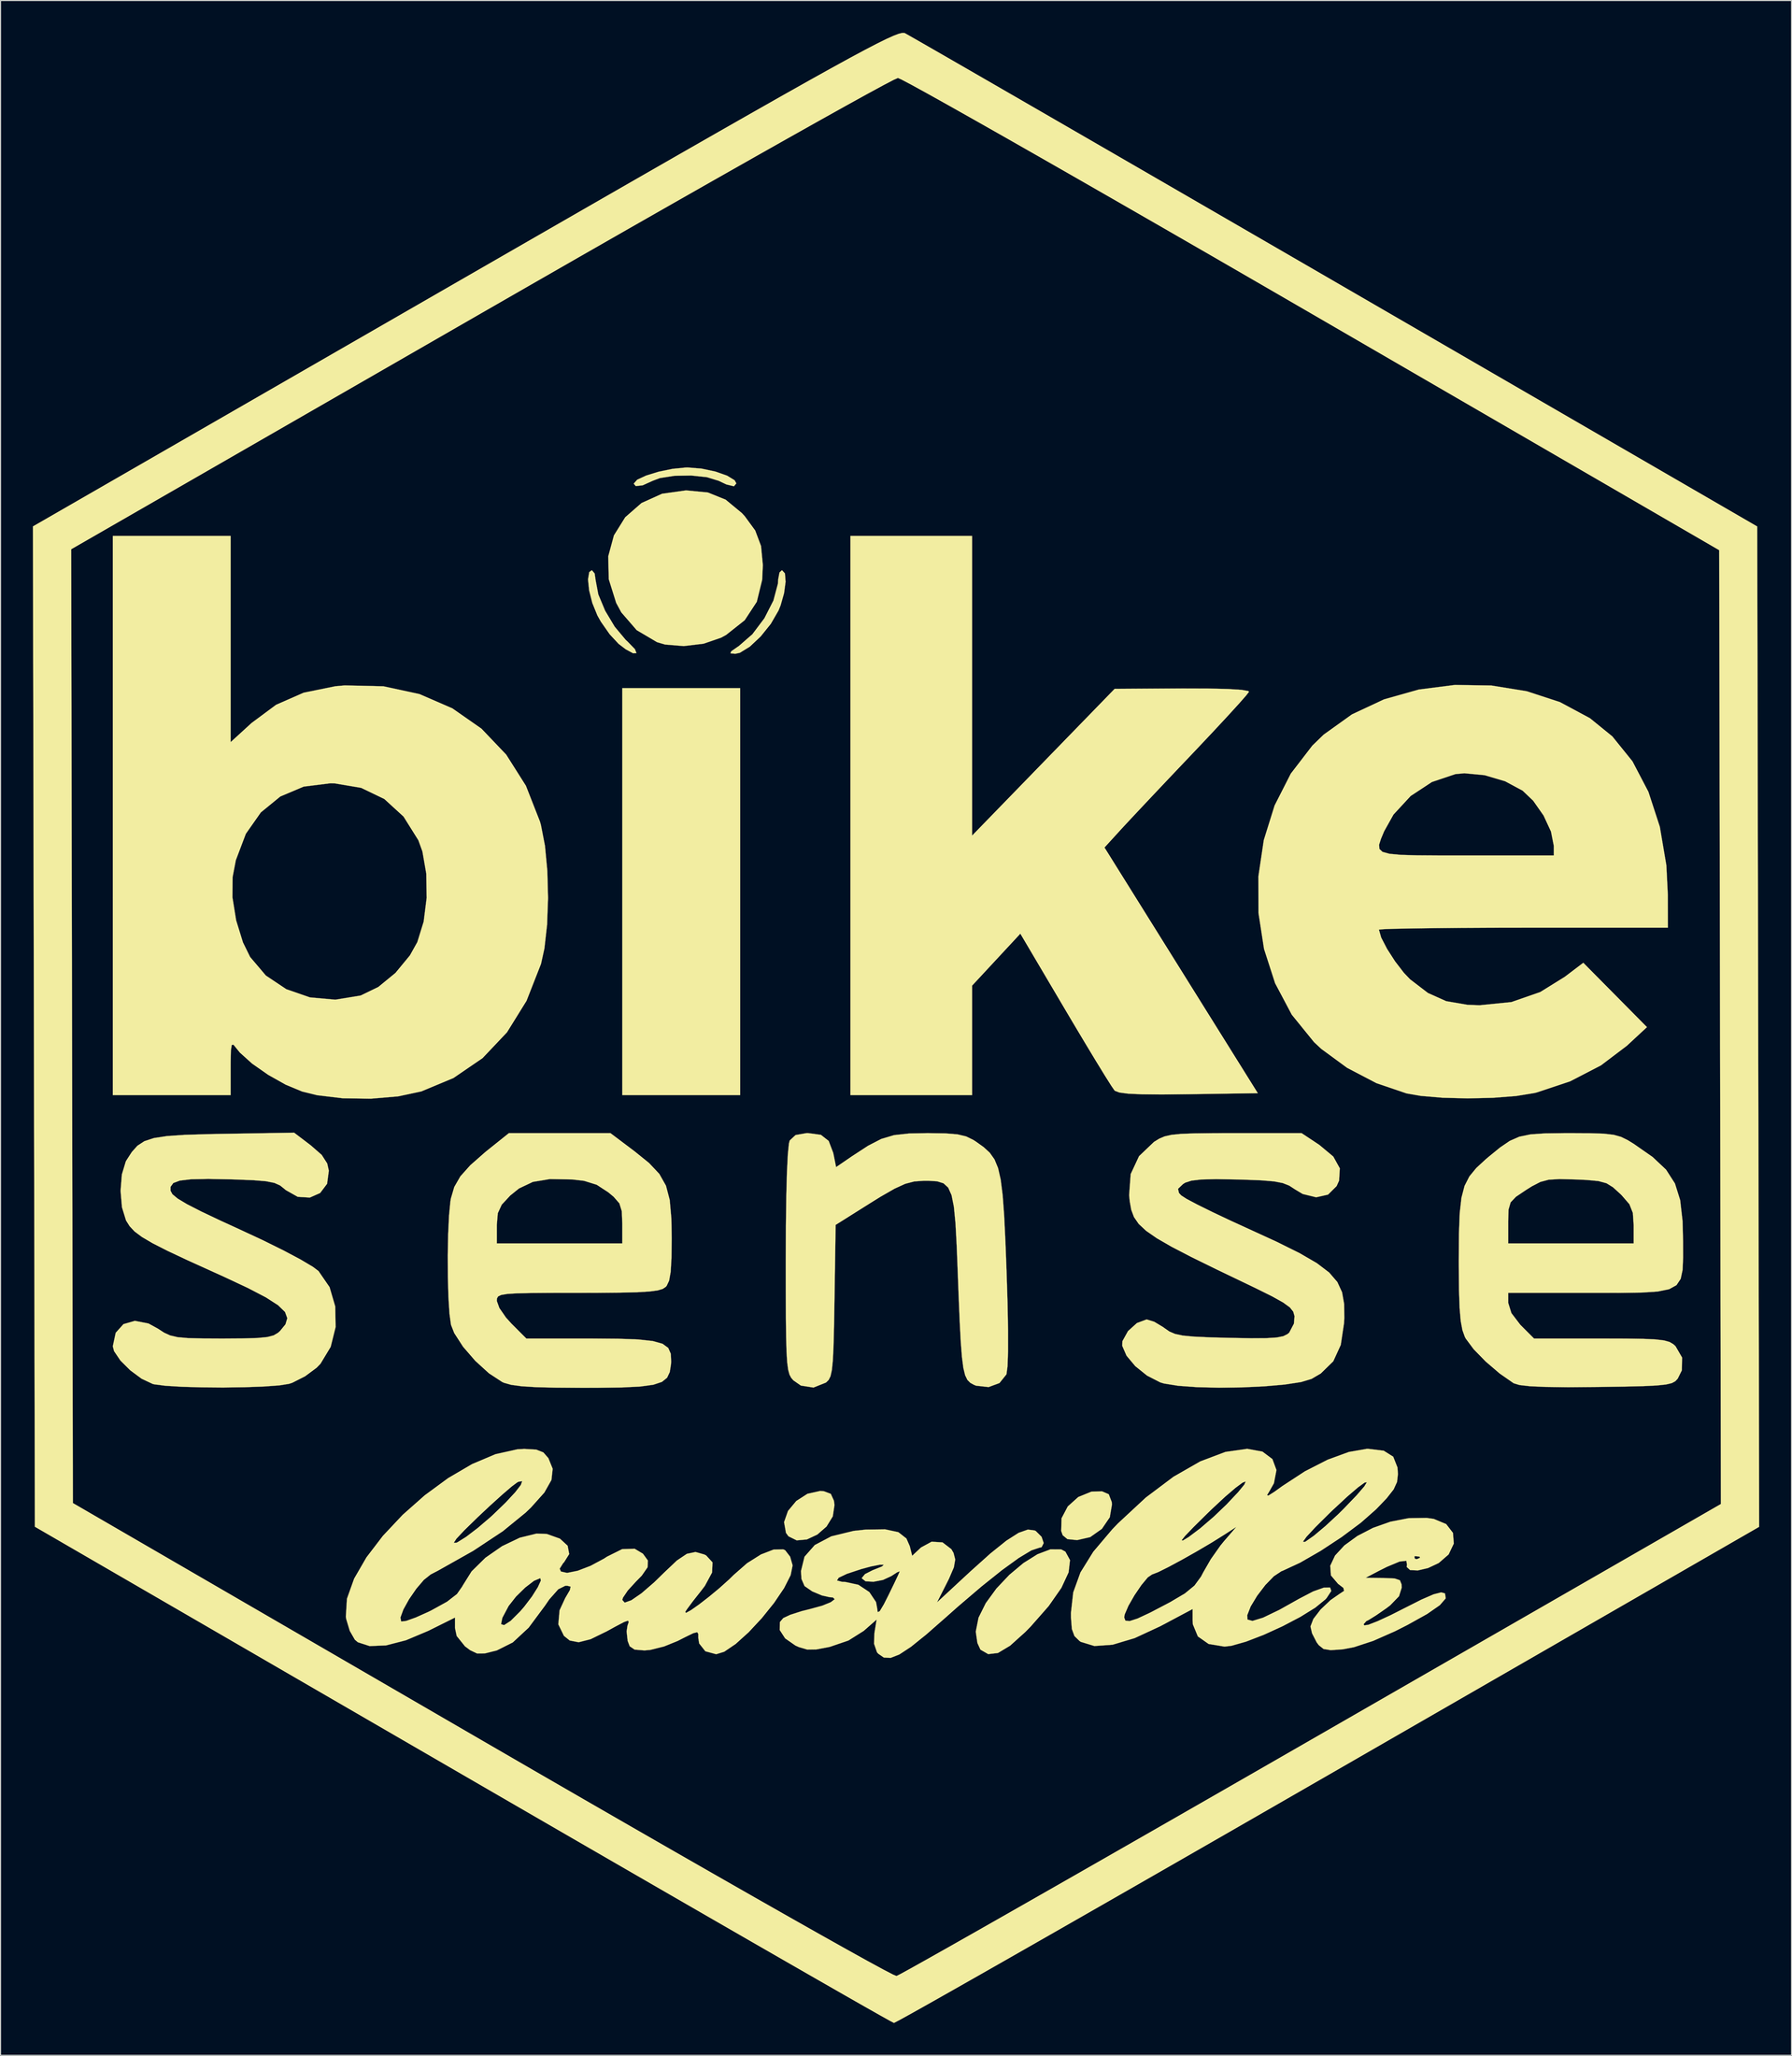
<source format=kicad_pcb>
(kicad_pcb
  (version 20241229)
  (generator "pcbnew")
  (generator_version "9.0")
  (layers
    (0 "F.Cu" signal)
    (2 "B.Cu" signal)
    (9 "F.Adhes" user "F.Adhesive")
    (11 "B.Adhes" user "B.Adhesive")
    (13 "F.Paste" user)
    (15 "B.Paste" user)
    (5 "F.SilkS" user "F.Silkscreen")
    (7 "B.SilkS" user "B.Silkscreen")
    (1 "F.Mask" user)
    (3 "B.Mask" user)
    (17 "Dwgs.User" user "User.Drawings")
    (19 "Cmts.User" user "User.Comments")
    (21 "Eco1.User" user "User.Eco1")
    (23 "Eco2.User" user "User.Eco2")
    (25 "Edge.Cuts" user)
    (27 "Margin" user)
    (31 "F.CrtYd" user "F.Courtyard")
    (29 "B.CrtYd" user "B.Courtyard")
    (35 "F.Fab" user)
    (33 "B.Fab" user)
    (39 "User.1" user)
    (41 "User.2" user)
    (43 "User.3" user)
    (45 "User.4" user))
  (footprint "Ned"
    (layer "F.Cu")
    (at 80.088 92.166)
    (property "Reference" "Ned" (at 0 0 0) (layer "F.SilkS") (effects (font (size 1.524 1.524) (thickness 0.3))))
    (attr through_hole)
    (fp_poly (pts (xy -14.464 6.35) (xy -25.4 6.35) (xy -25.4 -31.397) (xy -14.464 -31.397) (xy -14.464 6.35)) (stroke (width 0.01) (type solid)) (fill yes) (layer "F.SilkS"))
    (fp_poly (pts (xy 19.737 43.372) (xy 20.012 44.087) (xy 20.038 44.305) (xy 19.833 45.506) (xy 19.1 46.58) (xy 18.014 47.346) (xy 16.799 47.625) (xy 15.904 47.535) (xy 15.465 47.175) (xy 15.324 46.781) (xy 15.356 45.601) (xy 15.936 44.499) (xy 16.909 43.626) (xy 18.124 43.131) (xy 19.105 43.098) (xy 19.737 43.372)) (stroke (width 0.01) (type solid)) (fill yes) (layer "F.SilkS"))
    (fp_poly (pts (xy -6.698 43.092) (xy -6.053 43.335) (xy -5.764 43.966) (xy -5.71 44.366) (xy -5.868 45.422) (xy -6.449 46.365) (xy -7.302 47.108) (xy -8.276 47.565) (xy -9.219 47.649) (xy -9.982 47.272) (xy -10.212 46.954) (xy -10.39 45.959) (xy -10.026 44.922) (xy -9.256 43.995) (xy -8.217 43.327) (xy -7.046 43.068) (xy -6.698 43.092)) (stroke (width 0.01) (type solid)) (fill yes) (layer "F.SilkS"))
    (fp_poly (pts (xy -27.965 -42.029) (xy -27.866 -41.363) (xy -27.624 -40.083) (xy -26.992 -38.574) (xy -26.101 -37.087) (xy -25.081 -35.869) (xy -24.914 -35.716) (xy -24.226 -35.008) (xy -24.082 -34.637) (xy -24.397 -34.626) (xy -25.083 -34.997) (xy -25.743 -35.5) (xy -26.563 -36.381) (xy -27.386 -37.557) (xy -27.71 -38.134) (xy -28.179 -39.286) (xy -28.476 -40.461) (xy -28.579 -41.478) (xy -28.466 -42.156) (xy -28.222 -42.333) (xy -27.965 -42.029)) (stroke (width 0.01) (type solid)) (fill yes) (layer "F.SilkS"))
    (fp_poly (pts (xy -10.308 -42.032) (xy -10.248 -41.259) (xy -10.388 -40.205) (xy -10.711 -39.065) (xy -10.903 -38.593) (xy -11.621 -37.354) (xy -12.562 -36.184) (xy -13.57 -35.238) (xy -14.49 -34.672) (xy -14.917 -34.578) (xy -15.361 -34.622) (xy -15.293 -34.81) (xy -14.666 -35.246) (xy -14.595 -35.291) (xy -13.332 -36.389) (xy -12.213 -37.876) (xy -11.376 -39.519) (xy -10.959 -41.084) (xy -10.936 -41.474) (xy -10.812 -42.126) (xy -10.583 -42.333) (xy -10.308 -42.032)) (stroke (width 0.01) (type solid)) (fill yes) (layer "F.SilkS"))
    (fp_poly (pts (xy -18.035 -51.753) (xy -16.756 -51.48) (xy -15.673 -51.099) (xy -14.975 -50.672) (xy -14.817 -50.382) (xy -15.04 -50.114) (xy -15.74 -50.284) (xy -16.452 -50.621) (xy -17.55 -50.958) (xy -19.015 -51.113) (xy -20.563 -51.086) (xy -21.91 -50.876) (xy -22.578 -50.624) (xy -23.508 -50.204) (xy -24.147 -50.131) (xy -24.34 -50.359) (xy -24.02 -50.722) (xy -23.186 -51.11) (xy -22.029 -51.466) (xy -20.737 -51.733) (xy -19.497 -51.856) (xy -19.323 -51.858) (xy -18.035 -51.753)) (stroke (width 0.01) (type solid)) (fill yes) (layer "F.SilkS"))
    (fp_poly (pts (xy 15.32 48.485) (xy 15.713 48.695) (xy 16.142 49.481) (xy 16.011 50.615) (xy 15.344 52.051) (xy 14.164 53.74) (xy 12.496 55.637) (xy 11.995 56.148) (xy 10.585 57.416) (xy 9.458 58.092) (xy 8.553 58.2) (xy 7.832 57.785) (xy 7.55 57.169) (xy 7.411 56.213) (xy 7.408 56.06) (xy 7.655 54.817) (xy 8.325 53.471) (xy 9.313 52.116) (xy 10.513 50.846) (xy 11.819 49.754) (xy 13.126 48.934) (xy 14.328 48.48) (xy 15.32 48.485)) (stroke (width 0.01) (type solid)) (fill yes) (layer "F.SilkS"))
    (fp_poly (pts (xy -17.458 -49.54) (xy -15.811 -48.875) (xy -14.315 -47.639) (xy -14.043 -47.347) (xy -13.069 -46.017) (xy -12.525 -44.57) (xy -12.358 -42.807) (xy -12.422 -41.432) (xy -12.921 -39.401) (xy -14.042 -37.691) (xy -15.768 -36.327) (xy -16.235 -36.072) (xy -17.857 -35.514) (xy -19.695 -35.294) (xy -21.43 -35.436) (xy -22.174 -35.655) (xy -24.063 -36.771) (xy -25.491 -38.421) (xy -25.967 -39.3) (xy -26.654 -41.496) (xy -26.703 -43.615) (xy -26.174 -45.563) (xy -25.125 -47.244) (xy -23.615 -48.562) (xy -21.704 -49.424) (xy -19.48 -49.734) (xy -17.458 -49.54)) (stroke (width 0.01) (type solid)) (fill yes) (layer "F.SilkS"))
    (fp_poly (pts (xy 7.056 -17.716) (xy 13.67 -24.523) (xy 20.285 -31.33) (xy 26.576 -31.364) (xy 28.951 -31.358) (xy 30.795 -31.314) (xy 32.056 -31.235) (xy 32.686 -31.122) (xy 32.75 -31.054) (xy 32.481 -30.706) (xy 31.797 -29.93) (xy 30.772 -28.806) (xy 29.478 -27.414) (xy 27.991 -25.836) (xy 27.502 -25.321) (xy 25.857 -23.59) (xy 24.277 -21.921) (xy 22.862 -20.42) (xy 21.715 -19.197) (xy 20.937 -18.36) (xy 20.857 -18.272) (xy 19.342 -16.612) (xy 33.567 6.174) (xy 27.123 6.27) (xy 24.661 6.294) (xy 22.827 6.278) (xy 21.542 6.22) (xy 20.73 6.114) (xy 20.312 5.958) (xy 20.267 5.917) (xy 19.976 5.495) (xy 19.383 4.555) (xy 18.547 3.192) (xy 17.522 1.495) (xy 16.366 -0.442) (xy 15.694 -1.576) (xy 11.533 -8.62) (xy 7.056 -3.8) (xy 7.056 6.35) (xy -4.233 6.35) (xy -4.233 -45.508) (xy 7.056 -45.508) (xy 7.056 -17.716)) (stroke (width 0.01) (type solid)) (fill yes) (layer "F.SilkS"))
    (fp_poly (pts (xy -61.736 -26.388) (xy -59.795 -28.162) (xy -57.519 -29.85) (xy -54.962 -30.971) (xy -52.015 -31.57) (xy -51.153 -31.647) (xy -47.567 -31.566) (xy -44.219 -30.843) (xy -41.167 -29.519) (xy -38.466 -27.635) (xy -36.172 -25.229) (xy -34.344 -22.343) (xy -33.037 -19.017) (xy -32.947 -18.697) (xy -32.573 -16.769) (xy -32.354 -14.434) (xy -32.289 -11.918) (xy -32.378 -9.451) (xy -32.623 -7.258) (xy -32.939 -5.821) (xy -34.287 -2.388) (xy -36.1 0.532) (xy -38.365 2.923) (xy -41.066 4.768) (xy -44.046 6.01) (xy -46.208 6.471) (xy -48.723 6.684) (xy -51.316 6.648) (xy -53.712 6.363) (xy -55.102 6.022) (xy -56.633 5.385) (xy -58.253 4.474) (xy -59.743 3.433) (xy -60.881 2.409) (xy -61.209 2.007) (xy -61.479 1.674) (xy -61.637 1.706) (xy -61.713 2.204) (xy -61.735 3.27) (xy -61.736 3.802) (xy -61.736 6.35) (xy -72.672 6.35) (xy -72.672 -11.985) (xy -61.57 -11.985) (xy -61.227 -9.855) (xy -60.595 -7.811) (xy -59.931 -6.459) (xy -58.471 -4.738) (xy -56.574 -3.472) (xy -54.379 -2.71) (xy -52.024 -2.5) (xy -49.674 -2.884) (xy -48.034 -3.679) (xy -46.446 -4.981) (xy -45.104 -6.607) (xy -44.418 -7.836) (xy -43.828 -9.738) (xy -43.551 -11.945) (xy -43.588 -14.2) (xy -43.944 -16.245) (xy -44.321 -17.286) (xy -45.697 -19.481) (xy -47.478 -21.109) (xy -49.627 -22.144) (xy -52.103 -22.562) (xy -52.48 -22.57) (xy -54.961 -22.26) (xy -57.131 -21.343) (xy -58.936 -19.868) (xy -60.328 -17.884) (xy -61.255 -15.438) (xy -61.554 -13.879) (xy -61.57 -11.985) (xy -72.672 -11.985) (xy -72.672 -45.508) (xy -61.736 -45.508) (xy -61.736 -26.388)) (stroke (width 0.01) (type solid)) (fill yes) (layer "F.SilkS"))
    (fp_poly (pts (xy 49.887 45.656) (xy 51.044 46.138) (xy 51.672 46.953) (xy 51.753 47.943) (xy 51.271 48.955) (xy 50.35 49.751) (xy 49.359 50.216) (xy 48.417 50.437) (xy 47.698 50.405) (xy 47.377 50.113) (xy 47.409 49.895) (xy 47.346 49.542) (xy 46.722 49.612) (xy 45.537 50.107) (xy 44.803 50.476) (xy 43.568 51.122) (xy 45.244 51.137) (xy 46.258 51.18) (xy 46.751 51.348) (xy 46.909 51.74) (xy 46.919 52.033) (xy 46.668 52.828) (xy 45.854 53.67) (xy 45.485 53.951) (xy 44.57 54.585) (xy 43.853 55.031) (xy 43.633 55.14) (xy 43.385 55.422) (xy 43.44 55.533) (xy 43.822 55.477) (xy 44.689 55.14) (xy 45.904 54.578) (xy 47.104 53.971) (xy 48.749 53.14) (xy 49.88 52.65) (xy 50.582 52.471) (xy 50.936 52.568) (xy 51.003 53.026) (xy 50.455 53.658) (xy 49.278 54.476) (xy 47.454 55.492) (xy 46.301 56.075) (xy 44.271 56.971) (xy 42.475 57.56) (xy 41.447 57.754) (xy 40.33 57.831) (xy 39.669 57.724) (xy 39.225 57.37) (xy 39.033 57.116) (xy 38.599 56.274) (xy 38.453 55.633) (xy 38.719 54.937) (xy 39.397 54.057) (xy 40.31 53.193) (xy 41.099 52.645) (xy 41.571 52.33) (xy 41.505 52.057) (xy 41.01 51.678) (xy 40.35 50.898) (xy 40.287 50.005) (xy 40.688 49.154) (xy 48.095 49.154) (xy 48.144 49.363) (xy 48.331 49.389) (xy 48.621 49.26) (xy 48.566 49.154) (xy 48.147 49.111) (xy 48.095 49.154) (xy 40.688 49.154) (xy 40.733 49.058) (xy 41.601 48.117) (xy 42.805 47.24) (xy 44.257 46.488) (xy 45.869 45.918) (xy 47.555 45.591) (xy 49.226 45.565) (xy 49.887 45.656)) (stroke (width 0.01) (type solid)) (fill yes) (layer "F.SilkS"))
    (fp_poly (pts (xy 4.574 9.901) (xy 5.704 9.992) (xy 6.509 10.185) (xy 7.18 10.514) (xy 7.425 10.673) (xy 8.136 11.181) (xy 8.699 11.699) (xy 9.135 12.314) (xy 9.466 13.116) (xy 9.711 14.192) (xy 9.893 15.631) (xy 10.032 17.523) (xy 10.15 19.954) (xy 10.25 22.553) (xy 10.346 25.592) (xy 10.394 28.129) (xy 10.394 30.112) (xy 10.346 31.495) (xy 10.249 32.226) (xy 10.238 32.258) (xy 9.596 33.059) (xy 8.579 33.433) (xy 7.426 33.303) (xy 7.225 33.222) (xy 6.888 33.036) (xy 6.62 32.767) (xy 6.41 32.332) (xy 6.245 31.651) (xy 6.114 30.639) (xy 6.004 29.217) (xy 5.904 27.302) (xy 5.801 24.813) (xy 5.734 23.026) (xy 5.628 20.323) (xy 5.516 18.244) (xy 5.367 16.707) (xy 5.151 15.63) (xy 4.84 14.933) (xy 4.403 14.532) (xy 3.81 14.348) (xy 3.031 14.298) (xy 2.545 14.299) (xy 1.684 14.361) (xy 0.844 14.582) (xy -0.143 15.033) (xy -1.446 15.782) (xy -2.361 16.35) (xy -5.604 18.39) (xy -5.712 25.452) (xy -5.754 27.868) (xy -5.801 29.676) (xy -5.864 30.972) (xy -5.954 31.855) (xy -6.079 32.422) (xy -6.251 32.769) (xy -6.479 32.994) (xy -6.506 33.014) (xy -7.661 33.476) (xy -8.829 33.293) (xy -9.525 32.808) (xy -9.727 32.576) (xy -9.887 32.276) (xy -10.008 31.829) (xy -10.098 31.155) (xy -10.159 30.173) (xy -10.198 28.803) (xy -10.22 26.965) (xy -10.229 24.58) (xy -10.231 21.673) (xy -10.218 18.438) (xy -10.181 15.692) (xy -10.121 13.481) (xy -10.04 11.851) (xy -9.94 10.85) (xy -9.865 10.56) (xy -9.324 10.056) (xy -8.324 9.88) (xy -8.145 9.878) (xy -6.971 10.036) (xy -6.25 10.602) (xy -5.828 11.708) (xy -5.781 11.928) (xy -5.561 13.029) (xy -4.103 12.032) (xy -2.594 11.047) (xy -1.371 10.417) (xy -0.183 10.063) (xy 1.224 9.909) (xy 2.929 9.878) (xy 4.574 9.901)) (stroke (width 0.01) (type solid)) (fill yes) (layer "F.SilkS"))
    (fp_poly (pts (xy 55.229 -31.639) (xy 58.517 -31.107) (xy 61.605 -30.096) (xy 64.382 -28.606) (xy 66.46 -26.919) (xy 68.328 -24.606) (xy 69.808 -21.778) (xy 70.868 -18.532) (xy 71.473 -14.963) (xy 71.608 -12.259) (xy 71.614 -9.172) (xy 58.208 -9.172) (xy 55.211 -9.168) (xy 52.448 -9.155) (xy 49.994 -9.134) (xy 47.927 -9.107) (xy 46.323 -9.075) (xy 45.259 -9.039) (xy 44.812 -8.999) (xy 44.803 -8.992) (xy 45.014 -8.261) (xy 45.559 -7.21) (xy 46.306 -6.048) (xy 47.125 -4.985) (xy 47.698 -4.386) (xy 49.353 -3.119) (xy 51.045 -2.361) (xy 53.018 -2.023) (xy 54.151 -1.982) (xy 57.092 -2.276) (xy 59.774 -3.208) (xy 62.044 -4.617) (xy 63.767 -5.922) (xy 69.674 0.047) (xy 67.811 1.775) (xy 65.406 3.594) (xy 62.541 5.076) (xy 59.422 6.114) (xy 59.236 6.159) (xy 57.524 6.437) (xy 55.377 6.603) (xy 53.03 6.656) (xy 50.716 6.597) (xy 48.672 6.423) (xy 47.368 6.196) (xy 44.576 5.246) (xy 41.85 3.821) (xy 39.46 2.07) (xy 38.781 1.436) (xy 36.717 -1.108) (xy 35.172 -4.022) (xy 34.144 -7.202) (xy 33.628 -10.545) (xy 33.622 -13.946) (xy 34.059 -16.878) (xy 44.821 -16.878) (xy 44.845 -16.482) (xy 45.138 -16.207) (xy 45.775 -16.03) (xy 46.829 -15.93) (xy 48.375 -15.886) (xy 50.486 -15.874) (xy 52.917 -15.875) (xy 61.031 -15.875) (xy 61.031 -16.761) (xy 60.769 -18.09) (xy 60.082 -19.574) (xy 59.116 -20.952) (xy 58.133 -21.886) (xy 56.511 -22.756) (xy 54.607 -23.319) (xy 52.733 -23.498) (xy 51.898 -23.419) (xy 49.719 -22.687) (xy 47.748 -21.391) (xy 46.156 -19.667) (xy 45.288 -18.117) (xy 44.994 -17.415) (xy 44.821 -16.878) (xy 34.059 -16.878) (xy 34.122 -17.302) (xy 35.125 -20.51) (xy 36.628 -23.465) (xy 38.627 -26.065) (xy 39.68 -27.084) (xy 42.3 -28.959) (xy 45.277 -30.352) (xy 48.498 -31.262) (xy 51.852 -31.691) (xy 55.229 -31.639)) (stroke (width 0.01) (type solid)) (fill yes) (layer "F.SilkS"))
    (fp_poly (pts (xy -24.274 11.553) (xy -22.916 12.649) (xy -21.964 13.66) (xy -21.348 14.749) (xy -20.998 16.08) (xy -20.844 17.817) (xy -20.814 19.642) (xy -20.836 21.485) (xy -20.91 22.748) (xy -21.054 23.558) (xy -21.281 24.041) (xy -21.368 24.14) (xy -21.649 24.327) (xy -22.126 24.468) (xy -22.889 24.569) (xy -24.03 24.636) (xy -25.639 24.675) (xy -27.806 24.692) (xy -29.482 24.694) (xy -31.973 24.696) (xy -33.846 24.708) (xy -35.189 24.738) (xy -36.091 24.794) (xy -36.639 24.887) (xy -36.922 25.024) (xy -37.027 25.214) (xy -37.042 25.442) (xy -36.803 26.101) (xy -36.19 26.985) (xy -35.672 27.558) (xy -34.302 28.928) (xy -28.342 28.928) (xy -25.824 28.945) (xy -23.927 29.013) (xy -22.57 29.161) (xy -21.668 29.413) (xy -21.138 29.798) (xy -20.898 30.342) (xy -20.865 31.072) (xy -20.883 31.334) (xy -20.992 32.034) (xy -21.244 32.566) (xy -21.726 32.952) (xy -22.523 33.216) (xy -23.722 33.38) (xy -25.408 33.466) (xy -27.669 33.498) (xy -29.104 33.501) (xy -31.562 33.486) (xy -33.415 33.44) (xy -34.767 33.354) (xy -35.719 33.222) (xy -36.372 33.037) (xy -36.54 32.962) (xy -37.773 32.154) (xy -39.04 31) (xy -40.171 29.693) (xy -40.992 28.424) (xy -41.293 27.655) (xy -41.434 26.629) (xy -41.531 25.087) (xy -41.584 23.217) (xy -41.593 21.207) (xy -41.557 19.246) (xy -41.52 18.474) (xy -37.042 18.474) (xy -37.042 20.108) (xy -25.4 20.108) (xy -25.4 18.256) (xy -25.445 17.12) (xy -25.67 16.391) (xy -26.208 15.776) (xy -26.705 15.363) (xy -27.77 14.67) (xy -28.945 14.304) (xy -30.044 14.175) (xy -32.111 14.138) (xy -33.698 14.401) (xy -34.982 15.009) (xy -35.797 15.666) (xy -36.585 16.514) (xy -36.949 17.303) (xy -37.041 18.379) (xy -37.042 18.474) (xy -41.52 18.474) (xy -41.475 17.52) (xy -41.349 16.219) (xy -41.304 15.945) (xy -40.989 14.871) (xy -40.423 13.886) (xy -39.498 12.851) (xy -38.107 11.629) (xy -37.627 11.242) (xy -35.92 9.878) (xy -26.499 9.878) (xy -24.274 11.553)) (stroke (width 0.01) (type solid)) (fill yes) (layer "F.SilkS"))
    (fp_poly (pts (xy -54.294 11.018) (xy -53.289 11.897) (xy -52.777 12.692) (xy -52.627 13.365) (xy -52.789 14.577) (xy -53.432 15.43) (xy -54.394 15.856) (xy -55.514 15.788) (xy -56.63 15.157) (xy -56.714 15.081) (xy -57.151 14.732) (xy -57.682 14.495) (xy -58.453 14.342) (xy -59.612 14.245) (xy -61.308 14.178) (xy -61.616 14.168) (xy -63.815 14.126) (xy -65.397 14.157) (xy -66.449 14.279) (xy -67.058 14.507) (xy -67.31 14.857) (xy -67.315 15.22) (xy -67.14 15.545) (xy -66.656 15.947) (xy -65.792 16.465) (xy -64.474 17.141) (xy -62.631 18.015) (xy -60.896 18.809) (xy -58.731 19.818) (xy -56.805 20.771) (xy -55.226 21.611) (xy -54.1 22.281) (xy -53.585 22.67) (xy -52.559 24.162) (xy -52.032 25.958) (xy -51.999 27.869) (xy -52.456 29.702) (xy -53.401 31.267) (xy -53.758 31.636) (xy -54.831 32.431) (xy -56.016 33.031) (xy -56.323 33.133) (xy -57.228 33.276) (xy -58.661 33.38) (xy -60.452 33.445) (xy -62.429 33.471) (xy -64.425 33.457) (xy -66.268 33.404) (xy -67.788 33.311) (xy -68.817 33.179) (xy -68.975 33.14) (xy -69.997 32.659) (xy -71.055 31.876) (xy -71.968 30.966) (xy -72.554 30.1) (xy -72.672 29.651) (xy -72.403 28.395) (xy -71.68 27.592) (xy -70.625 27.288) (xy -69.363 27.533) (xy -68.486 28.013) (xy -67.91 28.386) (xy -67.353 28.641) (xy -66.668 28.801) (xy -65.709 28.886) (xy -64.33 28.921) (xy -62.511 28.928) (xy -60.587 28.918) (xy -59.238 28.877) (xy -58.335 28.789) (xy -57.747 28.635) (xy -57.345 28.399) (xy -57.15 28.222) (xy -56.651 27.612) (xy -56.482 27.042) (xy -56.693 26.466) (xy -57.338 25.839) (xy -58.467 25.114) (xy -60.134 24.245) (xy -62.39 23.187) (xy -63.324 22.765) (xy -65.745 21.667) (xy -67.603 20.793) (xy -68.982 20.091) (xy -69.969 19.511) (xy -70.65 19.002) (xy -71.11 18.512) (xy -71.437 17.992) (xy -71.446 17.975) (xy -71.822 16.753) (xy -71.95 15.229) (xy -71.831 13.713) (xy -71.469 12.512) (xy -71.408 12.402) (xy -70.909 11.63) (xy -70.388 11.047) (xy -69.741 10.625) (xy -68.861 10.335) (xy -67.645 10.149) (xy -65.987 10.037) (xy -63.782 9.97) (xy -62.408 9.945) (xy -55.848 9.836) (xy -54.294 11.018)) (stroke (width 0.01) (type solid)) (fill yes) (layer "F.SilkS"))
    (fp_poly (pts (xy 39.276 10.971) (xy 40.571 12.052) (xy 41.176 13.144) (xy 41.107 14.284) (xy 40.877 14.792) (xy 40.081 15.581) (xy 38.979 15.829) (xy 37.733 15.524) (xy 37.028 15.103) (xy 36.487 14.751) (xy 35.883 14.511) (xy 35.066 14.355) (xy 33.884 14.257) (xy 32.188 14.192) (xy 31.634 14.177) (xy 29.691 14.146) (xy 28.326 14.178) (xy 27.416 14.283) (xy 26.835 14.472) (xy 26.635 14.596) (xy 26.162 15.045) (xy 26.251 15.429) (xy 26.458 15.654) (xy 26.944 15.968) (xy 27.958 16.506) (xy 29.386 17.211) (xy 31.109 18.025) (xy 32.632 18.721) (xy 35.336 19.962) (xy 37.451 21.012) (xy 39.046 21.938) (xy 40.188 22.807) (xy 40.945 23.686) (xy 41.386 24.641) (xy 41.579 25.739) (xy 41.591 27.047) (xy 41.569 27.49) (xy 41.265 29.518) (xy 40.569 31.039) (xy 39.409 32.172) (xy 38.548 32.675) (xy 37.579 32.966) (xy 36.071 33.196) (xy 34.187 33.362) (xy 32.091 33.461) (xy 29.947 33.488) (xy 27.919 33.44) (xy 26.17 33.312) (xy 24.864 33.102) (xy 24.518 32.999) (xy 23.291 32.37) (xy 22.2 31.493) (xy 21.385 30.522) (xy 20.988 29.61) (xy 21.002 29.177) (xy 21.522 28.239) (xy 22.351 27.491) (xy 23.229 27.165) (xy 23.275 27.164) (xy 23.957 27.373) (xy 24.803 27.883) (xy 24.901 27.958) (xy 25.361 28.276) (xy 25.886 28.501) (xy 26.607 28.654) (xy 27.659 28.753) (xy 29.172 28.82) (xy 30.896 28.865) (xy 32.914 28.9) (xy 34.346 28.893) (xy 35.313 28.833) (xy 35.934 28.71) (xy 36.328 28.512) (xy 36.481 28.379) (xy 36.917 27.548) (xy 36.973 26.855) (xy 36.855 26.438) (xy 36.539 26.041) (xy 35.922 25.592) (xy 34.902 25.023) (xy 33.378 24.266) (xy 32.632 23.908) (xy 29.728 22.514) (xy 27.398 21.37) (xy 25.577 20.425) (xy 24.2 19.632) (xy 23.201 18.939) (xy 22.515 18.3) (xy 22.077 17.664) (xy 21.822 16.983) (xy 21.684 16.207) (xy 21.627 15.637) (xy 21.771 13.678) (xy 22.547 12.014) (xy 23.932 10.692) (xy 23.953 10.679) (xy 24.423 10.39) (xy 24.917 10.18) (xy 25.551 10.037) (xy 26.442 9.948) (xy 27.707 9.9) (xy 29.464 9.881) (xy 31.389 9.878) (xy 37.626 9.878) (xy 39.276 10.971)) (stroke (width 0.01) (type solid)) (fill yes) (layer "F.SilkS"))
    (fp_poly (pts (xy 64.368 9.886) (xy 65.665 9.928) (xy 66.577 10.032) (xy 67.267 10.224) (xy 67.894 10.532) (xy 68.458 10.879) (xy 70.199 12.093) (xy 71.444 13.264) (xy 72.27 14.547) (xy 72.756 16.097) (xy 72.98 18.068) (xy 73.023 19.942) (xy 73.027 21.418) (xy 72.981 22.553) (xy 72.804 23.391) (xy 72.413 23.977) (xy 71.728 24.355) (xy 70.666 24.571) (xy 69.145 24.67) (xy 67.084 24.696) (xy 64.4 24.694) (xy 64.362 24.694) (xy 56.797 24.694) (xy 56.797 25.612) (xy 57.096 26.569) (xy 57.925 27.656) (xy 57.997 27.728) (xy 59.196 28.928) (xy 65.405 28.928) (xy 67.655 28.933) (xy 69.309 28.957) (xy 70.474 29.01) (xy 71.259 29.104) (xy 71.773 29.249) (xy 72.124 29.457) (xy 72.319 29.633) (xy 72.932 30.692) (xy 72.91 31.878) (xy 72.525 32.653) (xy 72.306 32.888) (xy 71.977 33.065) (xy 71.438 33.193) (xy 70.593 33.283) (xy 69.344 33.344) (xy 67.592 33.387) (xy 65.24 33.422) (xy 65.028 33.424) (xy 62.341 33.443) (xy 60.291 33.42) (xy 58.814 33.354) (xy 57.843 33.242) (xy 57.311 33.08) (xy 57.297 33.072) (xy 56.006 32.173) (xy 54.709 31.063) (xy 53.596 29.922) (xy 52.858 28.932) (xy 52.773 28.771) (xy 52.551 28.151) (xy 52.393 27.299) (xy 52.29 26.101) (xy 52.232 24.445) (xy 52.212 22.219) (xy 52.211 21.696) (xy 52.227 19.21) (xy 52.267 18.16) (xy 56.797 18.16) (xy 56.797 20.108) (xy 68.439 20.108) (xy 68.439 18.414) (xy 68.365 17.281) (xy 68.045 16.473) (xy 67.328 15.643) (xy 67.185 15.503) (xy 66.518 14.898) (xy 65.916 14.527) (xy 65.168 14.324) (xy 64.064 14.221) (xy 63.04 14.175) (xy 61.565 14.138) (xy 60.557 14.198) (xy 59.78 14.405) (xy 58.997 14.81) (xy 58.473 15.138) (xy 57.523 15.777) (xy 57.024 16.299) (xy 56.83 16.966) (xy 56.797 18.038) (xy 56.797 18.16) (xy 52.267 18.16) (xy 52.299 17.307) (xy 52.462 15.867) (xy 52.75 14.768) (xy 53.199 13.888) (xy 53.843 13.106) (xy 54.717 12.3) (xy 54.968 12.087) (xy 56.049 11.205) (xy 56.945 10.596) (xy 57.827 10.209) (xy 58.869 9.994) (xy 60.241 9.9) (xy 62.116 9.878) (xy 62.526 9.878) (xy 64.368 9.886)) (stroke (width 0.01) (type solid)) (fill yes) (layer "F.SilkS"))
    (fp_poly (pts (xy 0.217 46.891) (xy 0.962 47.475) (xy 1.274 48.185) (xy 1.498 49.077) (xy 2.317 48.308) (xy 3.303 47.772) (xy 4.313 47.836) (xy 5.132 48.464) (xy 5.336 48.817) (xy 5.492 49.425) (xy 5.365 50.152) (xy 4.91 51.211) (xy 4.756 51.518) (xy 3.803 53.399) (xy 6.881 50.546) (xy 8.758 48.862) (xy 10.236 47.676) (xy 11.373 46.95) (xy 12.232 46.648) (xy 12.87 46.731) (xy 12.97 46.786) (xy 13.504 47.32) (xy 13.699 47.899) (xy 13.506 48.284) (xy 13.291 48.331) (xy 12.559 48.575) (xy 11.385 49.282) (xy 9.825 50.412) (xy 7.932 51.924) (xy 5.759 53.777) (xy 4.641 54.769) (xy 2.805 56.379) (xy 1.385 57.521) (xy 0.305 58.232) (xy -0.509 58.551) (xy -1.134 58.517) (xy -1.643 58.167) (xy -1.766 58.029) (xy -2.043 57.229) (xy -2.005 56.245) (xy -1.802 54.994) (xy -2.995 56.041) (xy -4.415 56.936) (xy -6.165 57.532) (xy -7.396 57.764) (xy -8.247 57.774) (xy -9.011 57.55) (xy -9.332 57.406) (xy -10.289 56.741) (xy -10.794 55.961) (xy -10.774 55.224) (xy -10.464 54.855) (xy -9.817 54.552) (xy -8.756 54.211) (xy -7.957 54.01) (xy -6.843 53.704) (xy -6.054 53.383) (xy -5.692 53.108) (xy -5.856 52.941) (xy -6.17 52.917) (xy -6.87 52.761) (xy -7.766 52.385) (xy -7.779 52.378) (xy -8.488 51.888) (xy -8.712 51.371) (xy -5.481 51.371) (xy -4.996 51.497) (xy -4.704 51.506) (xy -3.495 51.768) (xy -2.478 52.445) (xy -1.856 53.372) (xy -1.756 53.912) (xy -1.701 54.306) (xy -1.509 54.214) (xy -1.129 53.576) (xy -0.706 52.74) (xy -0.178 51.656) (xy 0.2 50.856) (xy 0.345 50.515) (xy 0.104 50.609) (xy -0.431 50.956) (xy -1.212 51.319) (xy -2.093 51.487) (xy -2.828 51.444) (xy -3.172 51.175) (xy -3.175 51.134) (xy -2.877 50.775) (xy -2.155 50.408) (xy -2.099 50.388) (xy -1.31 50.072) (xy -1.134 49.909) (xy -1.493 49.904) (xy -2.31 50.064) (xy -3.203 50.304) (xy -4.552 50.749) (xy -5.322 51.113) (xy -5.481 51.371) (xy -8.712 51.371) (xy -8.777 51.221) (xy -8.819 50.493) (xy -8.491 49.164) (xy -7.538 48.081) (xy -6.004 47.273) (xy -3.936 46.77) (xy -2.795 46.647) (xy -1.005 46.627) (xy 0.217 46.891)) (stroke (width 0.01) (type solid)) (fill yes) (layer "F.SilkS"))
    (fp_poly (pts (xy 0.763 -92.161) (xy 0.811 -92.144) (xy 1.207 -91.922) (xy 2.177 -91.368) (xy 3.684 -90.503) (xy 5.689 -89.349) (xy 8.157 -87.926) (xy 11.05 -86.256) (xy 14.331 -84.361) (xy 17.964 -82.261) (xy 21.911 -79.979) (xy 26.134 -77.535) (xy 30.598 -74.951) (xy 35.265 -72.249) (xy 40.098 -69.45) (xy 40.746 -69.074) (xy 79.904 -46.387) (xy 79.994 0.003) (xy 80.083 46.393) (xy 40.11 69.411) (xy 35.214 72.228) (xy 30.485 74.947) (xy 25.959 77.545) (xy 21.673 80.003) (xy 17.662 82.299) (xy 13.963 84.414) (xy 10.612 86.326) (xy 7.645 88.015) (xy 5.099 89.46) (xy 3.009 90.641) (xy 1.411 91.537) (xy 0.342 92.127) (xy -0.162 92.391) (xy -0.196 92.404) (xy -0.537 92.227) (xy -1.451 91.717) (xy -2.904 90.895) (xy -4.858 89.781) (xy -7.277 88.396) (xy -10.125 86.761) (xy -13.367 84.897) (xy -16.965 82.824) (xy -20.883 80.564) (xy -25.086 78.137) (xy -29.537 75.565) (xy -34.199 72.867) (xy -39.038 70.066) (xy -40.217 69.383) (xy -79.904 46.385) (xy -79.994 -0.004) (xy -80.079 -44.274) (xy -76.533 -44.274) (xy -76.376 44.187) (xy -38.453 66.181) (xy -33.686 68.942) (xy -29.083 71.601) (xy -24.682 74.136) (xy -20.519 76.528) (xy -16.632 78.753) (xy -13.059 80.792) (xy -9.836 82.623) (xy -7.002 84.225) (xy -4.592 85.576) (xy -2.646 86.655) (xy -1.199 87.442) (xy -0.289 87.914) (xy 0.042 88.053) (xy 0.415 87.865) (xy 1.361 87.346) (xy 2.843 86.517) (xy 4.825 85.401) (xy 7.268 84.017) (xy 10.135 82.387) (xy 13.388 80.534) (xy 16.991 78.477) (xy 20.905 76.239) (xy 25.094 73.841) (xy 29.519 71.304) (xy 34.143 68.649) (xy 38.573 66.103) (xy 76.533 44.274) (xy 76.376 -44.187) (xy 38.629 -66.077) (xy 33.87 -68.834) (xy 29.274 -71.491) (xy 24.877 -74.026) (xy 20.717 -76.418) (xy 16.833 -78.646) (xy 13.261 -80.688) (xy 10.04 -82.523) (xy 7.206 -84.129) (xy 4.797 -85.486) (xy 2.852 -86.571) (xy 1.408 -87.363) (xy 0.501 -87.841) (xy 0.176 -87.985) (xy -0.213 -87.814) (xy -1.175 -87.311) (xy -2.674 -86.498) (xy -4.67 -85.396) (xy -7.127 -84.025) (xy -10.007 -82.407) (xy -13.273 -80.564) (xy -16.886 -78.516) (xy -20.81 -76.285) (xy -25.006 -73.892) (xy -29.438 -71.357) (xy -34.067 -68.703) (xy -38.531 -66.138) (xy -76.533 -44.274) (xy -80.079 -44.274) (xy -80.083 -46.393) (xy -40.025 -69.46) (xy -34.206 -72.809) (xy -28.967 -75.822) (xy -24.277 -78.516) (xy -20.107 -80.907) (xy -16.425 -83.012) (xy -13.201 -84.848) (xy -10.405 -86.433) (xy -8.005 -87.783) (xy -5.972 -88.914) (xy -4.275 -89.845) (xy -2.883 -90.592) (xy -1.766 -91.172) (xy -0.894 -91.602) (xy -0.235 -91.899) (xy 0.24 -92.08) (xy 0.563 -92.161) (xy 0.763 -92.161)) (stroke (width 0.01) (type solid)) (fill yes) (layer "F.SilkS"))
    (fp_poly (pts (xy 33.994 39.415) (xy 34.92 40.109) (xy 35.297 41.126) (xy 35.062 42.351) (xy 34.668 43.049) (xy 34.422 43.456) (xy 34.547 43.495) (xy 35.108 43.14) (xy 35.845 42.61) (xy 37.935 41.245) (xy 40.046 40.167) (xy 42.013 39.449) (xy 43.67 39.161) (xy 43.807 39.159) (xy 45.246 39.331) (xy 46.129 39.888) (xy 46.527 40.891) (xy 46.567 41.505) (xy 46.485 42.229) (xy 46.169 42.922) (xy 45.516 43.753) (xy 44.538 44.771) (xy 43.128 46.012) (xy 41.339 47.345) (xy 39.389 48.626) (xy 37.495 49.715) (xy 35.874 50.468) (xy 35.759 50.51) (xy 35.06 50.971) (xy 34.267 51.788) (xy 33.506 52.784) (xy 32.903 53.781) (xy 32.583 54.599) (xy 32.608 54.994) (xy 33.071 55.118) (xy 34.056 54.817) (xy 35.574 54.087) (xy 37.378 53.075) (xy 38.701 52.384) (xy 39.689 52.033) (xy 40.273 52.019) (xy 40.383 52.341) (xy 39.951 52.996) (xy 39.833 53.126) (xy 38.904 53.885) (xy 37.519 54.743) (xy 35.863 55.612) (xy 34.121 56.407) (xy 32.479 57.04) (xy 31.121 57.426) (xy 30.483 57.503) (xy 29.002 57.258) (xy 28.002 56.555) (xy 27.541 55.441) (xy 27.517 55.055) (xy 27.517 54.017) (xy 24.526 55.608) (xy 22.145 56.712) (xy 20.088 57.328) (xy 18.404 57.448) (xy 17.145 57.063) (xy 17.022 56.98) (xy 16.553 56.521) (xy 16.313 55.87) (xy 16.231 54.806) (xy 16.231 54.791) (xy 21.167 54.791) (xy 21.279 55.093) (xy 21.668 55.136) (xy 22.414 54.894) (xy 23.597 54.341) (xy 25.298 53.45) (xy 25.442 53.373) (xy 26.8 52.572) (xy 27.688 51.842) (xy 28.298 51.009) (xy 28.505 50.614) (xy 29.213 49.385) (xy 30.108 48.119) (xy 30.392 47.772) (xy 37.755 47.772) (xy 37.927 47.793) (xy 38.004 47.753) (xy 38.762 47.223) (xy 39.822 46.334) (xy 41.003 45.243) (xy 41.512 44.741) (xy 42.733 43.471) (xy 43.446 42.645) (xy 43.684 42.254) (xy 43.48 42.287) (xy 42.865 42.734) (xy 41.872 43.584) (xy 40.532 44.827) (xy 40.177 45.169) (xy 38.901 46.435) (xy 38.087 47.311) (xy 37.755 47.772) (xy 30.392 47.772) (xy 30.403 47.757) (xy 31.574 46.4) (xy 30.515 47.088) (xy 29.309 47.842) (xy 27.937 48.651) (xy 26.55 49.434) (xy 25.298 50.108) (xy 24.33 50.59) (xy 23.797 50.797) (xy 23.77 50.8) (xy 23.356 51.083) (xy 22.763 51.797) (xy 22.121 52.742) (xy 21.562 53.715) (xy 21.218 54.514) (xy 21.167 54.791) (xy 16.231 54.791) (xy 16.228 54.377) (xy 16.44 52.475) (xy 17.112 50.62) (xy 18.301 48.705) (xy 19.204 47.638) (xy 26.497 47.638) (xy 26.615 47.663) (xy 27.144 47.344) (xy 27.164 47.33) (xy 28.232 46.526) (xy 29.497 45.436) (xy 30.671 44.313) (xy 31.742 43.175) (xy 32.318 42.472) (xy 32.44 42.185) (xy 32.153 42.293) (xy 31.499 42.776) (xy 30.52 43.614) (xy 29.26 44.786) (xy 28.875 45.16) (xy 27.601 46.42) (xy 26.817 47.235) (xy 26.497 47.638) (xy 19.204 47.638) (xy 20.061 46.626) (xy 20.592 46.073) (xy 23.17 43.68) (xy 25.742 41.748) (xy 28.233 40.322) (xy 30.564 39.444) (xy 32.581 39.158) (xy 33.994 39.415)) (stroke (width 0.01) (type solid)) (fill yes) (layer "F.SilkS"))
    (fp_poly (pts (xy -33.387 39.228) (xy -32.719 39.494) (xy -32.256 40.026) (xy -31.857 41.009) (xy -31.971 42.045) (xy -32.633 43.217) (xy -33.877 44.606) (xy -34.358 45.068) (xy -36.484 46.801) (xy -39.227 48.616) (xy -42.512 50.465) (xy -43.177 50.809) (xy -43.809 51.312) (xy -44.513 52.135) (xy -45.183 53.108) (xy -45.71 54.055) (xy -45.985 54.805) (xy -45.917 55.175) (xy -45.467 55.124) (xy -44.569 54.804) (xy -43.401 54.282) (xy -43.12 54.144) (xy -41.655 53.335) (xy -40.738 52.625) (xy -40.24 51.913) (xy -40.219 51.863) (xy -39.382 50.525) (xy -38.1 49.262) (xy -36.55 48.185) (xy -34.909 47.401) (xy -33.354 47.02) (xy -32.408 47.053) (xy -31.184 47.49) (xy -30.47 48.147) (xy -30.324 48.917) (xy -30.81 49.691) (xy -30.883 49.754) (xy -31.21 50.276) (xy -31.092 50.541) (xy -30.52 50.666) (xy -29.541 50.469) (xy -28.34 50.008) (xy -27.102 49.345) (xy -26.817 49.16) (xy -25.417 48.464) (xy -24.256 48.424) (xy -23.485 48.885) (xy -23.029 49.513) (xy -23.05 50.139) (xy -23.59 50.916) (xy -24.165 51.506) (xy -24.89 52.298) (xy -25.334 52.957) (xy -25.4 53.171) (xy -25.177 53.424) (xy -24.557 53.202) (xy -23.619 52.556) (xy -22.437 51.536) (xy -21.531 50.651) (xy -20.331 49.515) (xy -19.403 48.893) (xy -18.606 48.726) (xy -17.797 48.956) (xy -17.616 49.049) (xy -17.029 49.688) (xy -17.07 50.632) (xy -17.736 51.868) (xy -18.105 52.351) (xy -18.827 53.266) (xy -19.379 54.007) (xy -19.553 54.265) (xy -19.502 54.381) (xy -19.039 54.129) (xy -18.286 53.6) (xy -17.363 52.887) (xy -16.394 52.084) (xy -15.5 51.282) (xy -15.065 50.856) (xy -13.818 49.764) (xy -12.533 48.955) (xy -11.365 48.503) (xy -10.47 48.482) (xy -10.288 48.563) (xy -9.826 49.163) (xy -9.596 49.967) (xy -9.777 50.873) (xy -10.389 52.078) (xy -11.318 53.45) (xy -12.451 54.858) (xy -13.674 56.169) (xy -14.874 57.252) (xy -15.938 57.975) (xy -16.687 58.208) (xy -17.692 57.936) (xy -18.267 57.21) (xy -18.344 56.727) (xy -18.346 56.327) (xy -18.452 56.164) (xy -18.808 56.256) (xy -19.565 56.623) (xy -20.256 56.975) (xy -21.519 57.487) (xy -22.788 57.805) (xy -23.336 57.856) (xy -24.255 57.781) (xy -24.713 57.47) (xy -24.902 56.974) (xy -24.998 56.093) (xy -24.92 55.563) (xy -24.802 55.218) (xy -24.868 55.093) (xy -25.236 55.222) (xy -26.026 55.636) (xy -26.843 56.085) (xy -28.349 56.819) (xy -29.452 57.098) (xy -30.276 56.936) (xy -30.813 56.505) (xy -31.335 55.437) (xy -31.22 54.134) (xy -30.696 53.005) (xy -30.261 52.259) (xy -30.194 51.937) (xy -30.495 51.86) (xy -30.686 51.858) (xy -31.34 52.183) (xy -32.172 53.123) (xy -32.575 53.71) (xy -34.085 55.744) (xy -35.559 57.113) (xy -37.037 57.854) (xy -37.066 57.863) (xy -38.159 58.135) (xy -38.877 58.139) (xy -39.515 57.834) (xy -39.993 57.477) (xy -40.766 56.515) (xy -40.922 55.778) (xy -40.922 55.418) (xy -36.647 55.418) (xy -36.37 55.512) (xy -35.755 55.113) (xy -34.859 54.219) (xy -34.498 53.799) (xy -33.781 52.856) (xy -33.236 51.993) (xy -32.953 51.372) (xy -33.006 51.153) (xy -33.596 51.402) (xy -34.415 52.031) (xy -35.26 52.86) (xy -35.929 53.712) (xy -35.958 53.758) (xy -36.529 54.833) (xy -36.647 55.418) (xy -40.922 55.418) (xy -40.922 54.809) (xy -43.401 56.04) (xy -45.472 56.913) (xy -47.317 57.389) (xy -48.837 57.454) (xy -49.936 57.098) (xy -50.213 56.861) (xy -50.685 56.042) (xy -51.016 54.941) (xy -51.05 54.73) (xy -50.947 53.06) (xy -50.28 51.198) (xy -49.138 49.226) (xy -48.106 47.877) (xy -41.036 47.877) (xy -40.809 47.874) (xy -40.681 47.817) (xy -39.885 47.319) (xy -38.797 46.488) (xy -37.627 45.488) (xy -37.402 45.282) (xy -36.22 44.14) (xy -35.34 43.193) (xy -34.813 42.51) (xy -34.688 42.159) (xy -35.017 42.206) (xy -35.163 42.281) (xy -35.666 42.658) (xy -36.547 43.414) (xy -37.676 44.435) (xy -38.806 45.495) (xy -40.055 46.714) (xy -40.792 47.499) (xy -41.036 47.877) (xy -48.106 47.877) (xy -47.607 47.225) (xy -45.774 45.277) (xy -43.726 43.465) (xy -41.55 41.869) (xy -39.334 40.572) (xy -37.164 39.655) (xy -35.127 39.201) (xy -34.492 39.167) (xy -33.387 39.228)) (stroke (width 0.01) (type solid)) (fill yes) (layer "F.SilkS")))
  (gr_rect
    (start -3 -3)
    (end 163.176 187.575)
    (stroke (width 0.1) (type default))
    (fill no)
    (layer "Edge.Cuts")))
</source>
